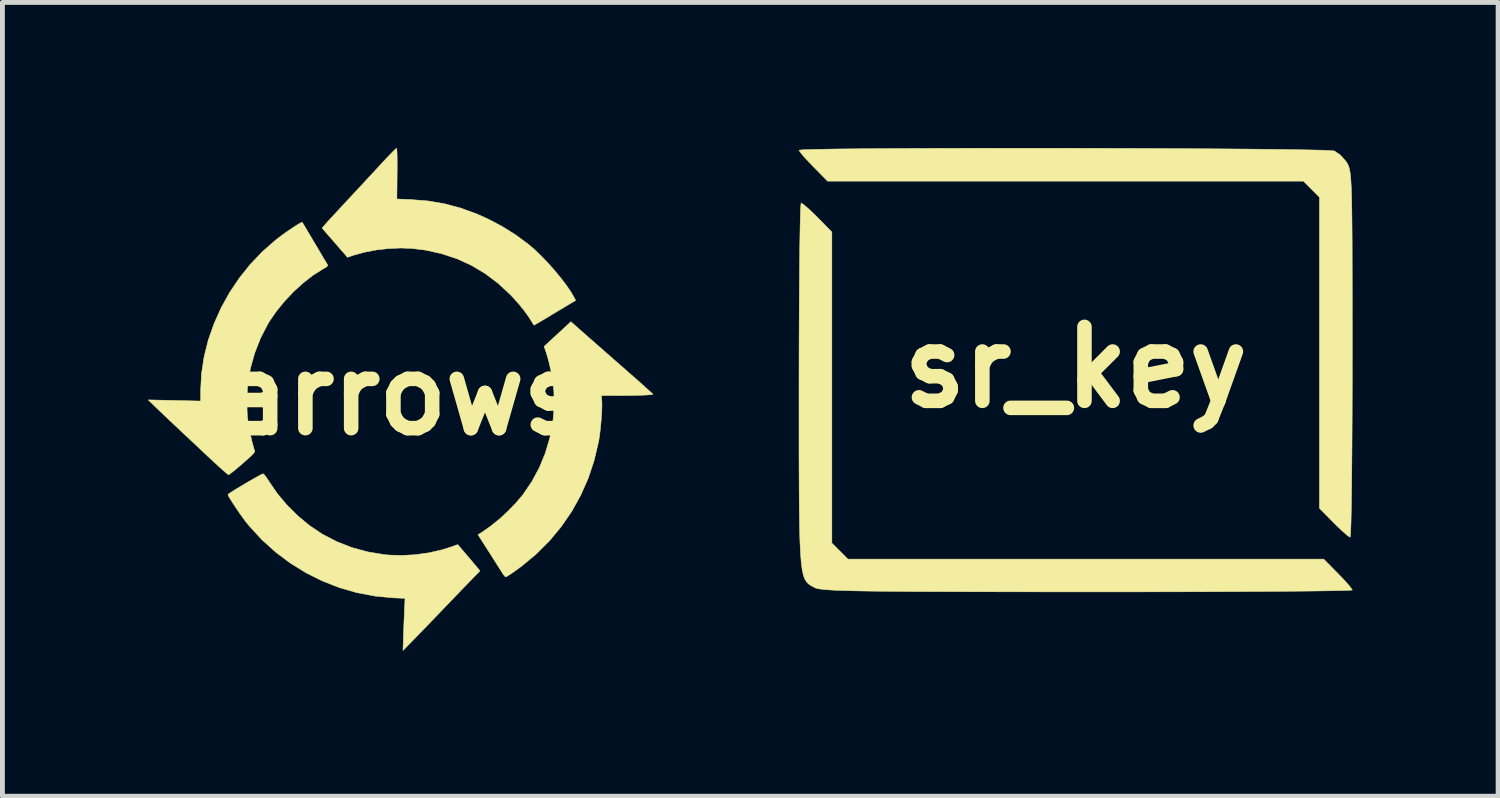
<source format=kicad_pcb>
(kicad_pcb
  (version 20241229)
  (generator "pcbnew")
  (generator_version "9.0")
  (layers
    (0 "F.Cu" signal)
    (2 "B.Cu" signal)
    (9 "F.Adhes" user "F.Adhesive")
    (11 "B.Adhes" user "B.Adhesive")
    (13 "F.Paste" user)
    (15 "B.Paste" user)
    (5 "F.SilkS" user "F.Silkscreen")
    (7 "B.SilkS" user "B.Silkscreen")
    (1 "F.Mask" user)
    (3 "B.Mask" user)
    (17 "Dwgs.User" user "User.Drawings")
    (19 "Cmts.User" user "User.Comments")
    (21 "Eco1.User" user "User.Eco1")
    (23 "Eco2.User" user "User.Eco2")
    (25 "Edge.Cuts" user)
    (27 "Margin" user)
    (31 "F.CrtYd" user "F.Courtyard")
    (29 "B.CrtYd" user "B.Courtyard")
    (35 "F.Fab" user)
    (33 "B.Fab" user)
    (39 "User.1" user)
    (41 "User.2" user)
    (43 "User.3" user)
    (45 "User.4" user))
  (footprint "arrows"
    (layer "F.Cu")
    (at 5.239 5.084)
    (property "Reference" "arrows" (at 0 0 0) (layer "F.SilkS") (effects (font (size 1.524 1.524) (thickness 0.3))))
    (attr through_hole)
    (fp_poly (pts (xy -2.85 1.642) (xy -2.818 1.679) (xy -2.779 1.735) (xy -2.749 1.782) (xy -2.576 2.035) (xy -2.375 2.275) (xy -2.15 2.498) (xy -1.909 2.698) (xy -1.657 2.867) (xy -1.642 2.876) (xy -1.345 3.03) (xy -1.035 3.151) (xy -0.711 3.239) (xy -0.372 3.295) (xy -0.276 3.304) (xy -0.01 3.313) (xy 0.269 3.297) (xy 0.551 3.258) (xy 0.822 3.196) (xy 1.002 3.139) (xy 1.144 3.089) (xy 1.24 3.2) (xy 1.294 3.263) (xy 1.36 3.341) (xy 1.43 3.424) (xy 1.469 3.471) (xy 1.602 3.63) (xy 1.431 3.806) (xy 1.376 3.863) (xy 1.301 3.941) (xy 1.209 4.036) (xy 1.106 4.143) (xy 0.996 4.257) (xy 0.884 4.374) (xy 0.825 4.436) (xy 0.713 4.553) (xy 0.599 4.67) (xy 0.49 4.784) (xy 0.388 4.889) (xy 0.3 4.98) (xy 0.23 5.052) (xy 0.203 5.08) (xy 0.016 5.271) (xy 0.026 4.944) (xy 0.031 4.819) (xy 0.036 4.688) (xy 0.041 4.563) (xy 0.045 4.455) (xy 0.048 4.407) (xy 0.058 4.197) (xy -0.184 4.186) (xy -0.562 4.15) (xy -0.933 4.08) (xy -1.294 3.976) (xy -1.645 3.839) (xy -1.982 3.671) (xy -2.303 3.473) (xy -2.606 3.246) (xy -2.889 2.991) (xy -3.149 2.709) (xy -3.198 2.649) (xy -3.247 2.587) (xy -3.302 2.51) (xy -3.362 2.426) (xy -3.422 2.338) (xy -3.478 2.253) (xy -3.527 2.177) (xy -3.565 2.115) (xy -3.587 2.073) (xy -3.592 2.058) (xy -3.577 2.045) (xy -3.536 2.016) (xy -3.474 1.977) (xy -3.397 1.929) (xy -3.309 1.876) (xy -3.217 1.821) (xy -3.125 1.768) (xy -3.04 1.719) (xy -2.966 1.678) (xy -2.908 1.647) (xy -2.873 1.631) (xy -2.868 1.629) (xy -2.85 1.642)) (stroke (width 0.01) (type solid)) (fill yes) (layer "F.SilkS"))
    (fp_poly (pts (xy 3.91 -1.121) (xy 4.045 -1.003) (xy 4.195 -0.871) (xy 4.352 -0.733) (xy 4.508 -0.596) (xy 4.653 -0.469) (xy 4.759 -0.376) (xy 4.862 -0.286) (xy 4.955 -0.203) (xy 5.035 -0.131) (xy 5.099 -0.073) (xy 5.144 -0.032) (xy 5.165 -0.011) (xy 5.167 -0.009) (xy 5.142 -0.002) (xy 5.085 0.003) (xy 4.998 0.008) (xy 4.887 0.012) (xy 4.753 0.015) (xy 4.602 0.017) (xy 4.515 0.017) (xy 4.104 0.018) (xy 4.113 0.122) (xy 4.116 0.199) (xy 4.114 0.304) (xy 4.107 0.427) (xy 4.097 0.561) (xy 4.084 0.696) (xy 4.069 0.825) (xy 4.052 0.939) (xy 4.045 0.973) (xy 3.955 1.355) (xy 3.833 1.722) (xy 3.678 2.072) (xy 3.492 2.406) (xy 3.276 2.72) (xy 3.031 3.015) (xy 2.757 3.288) (xy 2.455 3.538) (xy 2.285 3.661) (xy 2.223 3.703) (xy 2.171 3.735) (xy 2.138 3.753) (xy 2.131 3.755) (xy 2.112 3.74) (xy 2.083 3.704) (xy 2.066 3.678) (xy 2.043 3.64) (xy 2.003 3.578) (xy 1.951 3.496) (xy 1.89 3.4) (xy 1.824 3.295) (xy 1.79 3.243) (xy 1.562 2.885) (xy 1.666 2.819) (xy 1.831 2.702) (xy 2.004 2.562) (xy 2.175 2.405) (xy 2.334 2.241) (xy 2.473 2.078) (xy 2.495 2.05) (xy 2.673 1.787) (xy 2.825 1.504) (xy 2.948 1.206) (xy 3.04 0.897) (xy 3.102 0.581) (xy 3.131 0.263) (xy 3.126 -0.051) (xy 3.123 -0.093) (xy 3.101 -0.284) (xy 3.067 -0.481) (xy 3.024 -0.672) (xy 2.976 -0.842) (xy 2.967 -0.868) (xy 2.924 -0.995) (xy 3.117 -1.173) (xy 3.195 -1.245) (xy 3.271 -1.315) (xy 3.337 -1.376) (xy 3.386 -1.421) (xy 3.393 -1.428) (xy 3.476 -1.504) (xy 3.91 -1.121)) (stroke (width 0.01) (type solid)) (fill yes) (layer "F.SilkS"))
    (fp_poly (pts (xy -0.112 -5.061) (xy -0.108 -5.008) (xy -0.105 -4.921) (xy -0.104 -4.8) (xy -0.104 -4.646) (xy -0.105 -4.557) (xy -0.11 -4.033) (xy 0.167 -4.022) (xy 0.524 -3.994) (xy 0.867 -3.936) (xy 1.203 -3.847) (xy 1.537 -3.725) (xy 1.773 -3.619) (xy 2.055 -3.47) (xy 2.329 -3.299) (xy 2.581 -3.115) (xy 2.603 -3.097) (xy 2.732 -2.986) (xy 2.868 -2.856) (xy 3.005 -2.712) (xy 3.14 -2.561) (xy 3.265 -2.409) (xy 3.378 -2.262) (xy 3.472 -2.125) (xy 3.543 -2.004) (xy 3.544 -2.002) (xy 3.574 -1.944) (xy 3.149 -1.689) (xy 3.038 -1.622) (xy 2.937 -1.561) (xy 2.85 -1.51) (xy 2.782 -1.47) (xy 2.737 -1.443) (xy 2.718 -1.433) (xy 2.718 -1.433) (xy 2.705 -1.448) (xy 2.682 -1.484) (xy 2.669 -1.506) (xy 2.607 -1.604) (xy 2.525 -1.718) (xy 2.427 -1.841) (xy 2.321 -1.963) (xy 2.233 -2.057) (xy 1.981 -2.292) (xy 1.712 -2.495) (xy 1.427 -2.665) (xy 1.127 -2.802) (xy 0.81 -2.907) (xy 0.477 -2.98) (xy 0.204 -3.014) (xy -0.031 -3.023) (xy -0.281 -3.012) (xy -0.534 -2.983) (xy -0.779 -2.936) (xy -1.003 -2.874) (xy -1.026 -2.866) (xy -1.127 -2.831) (xy -1.178 -2.89) (xy -1.206 -2.923) (xy -1.254 -2.977) (xy -1.315 -3.047) (xy -1.384 -3.127) (xy -1.44 -3.191) (xy -1.651 -3.433) (xy -1.601 -3.493) (xy -1.577 -3.52) (xy -1.532 -3.571) (xy -1.468 -3.64) (xy -1.389 -3.726) (xy -1.299 -3.823) (xy -1.2 -3.93) (xy -1.123 -4.013) (xy -1.006 -4.138) (xy -0.883 -4.271) (xy -0.758 -4.405) (xy -0.639 -4.533) (xy -0.531 -4.65) (xy -0.44 -4.748) (xy -0.416 -4.775) (xy -0.335 -4.862) (xy -0.261 -4.939) (xy -0.199 -5.003) (xy -0.152 -5.049) (xy -0.124 -5.075) (xy -0.118 -5.079) (xy -0.112 -5.061)) (stroke (width 0.01) (type solid)) (fill yes) (layer "F.SilkS"))
    (fp_poly (pts (xy -2.061 -3.554) (xy -2.051 -3.537) (xy -2.024 -3.493) (xy -1.984 -3.426) (xy -1.934 -3.341) (xy -1.874 -3.241) (xy -1.814 -3.139) (xy -1.747 -3.027) (xy -1.686 -2.924) (xy -1.633 -2.834) (xy -1.59 -2.762) (xy -1.56 -2.713) (xy -1.547 -2.692) (xy -1.537 -2.671) (xy -1.54 -2.653) (xy -1.562 -2.633) (xy -1.608 -2.605) (xy -1.64 -2.587) (xy -1.839 -2.461) (xy -2.04 -2.305) (xy -2.237 -2.125) (xy -2.422 -1.93) (xy -2.591 -1.723) (xy -2.736 -1.513) (xy -2.767 -1.461) (xy -2.919 -1.168) (xy -3.039 -0.862) (xy -3.128 -0.545) (xy -3.183 -0.221) (xy -3.205 0.104) (xy -3.193 0.429) (xy -3.164 0.653) (xy -3.149 0.732) (xy -3.129 0.826) (xy -3.105 0.925) (xy -3.082 1.019) (xy -3.06 1.099) (xy -3.042 1.155) (xy -3.039 1.163) (xy -3.043 1.181) (xy -3.067 1.212) (xy -3.111 1.258) (xy -3.18 1.321) (xy -3.274 1.404) (xy -3.294 1.422) (xy -3.377 1.493) (xy -3.452 1.555) (xy -3.514 1.604) (xy -3.558 1.637) (xy -3.58 1.65) (xy -3.58 1.65) (xy -3.598 1.638) (xy -3.639 1.603) (xy -3.7 1.55) (xy -3.777 1.481) (xy -3.867 1.398) (xy -3.967 1.306) (xy -4.028 1.249) (xy -4.208 1.079) (xy -4.364 0.933) (xy -4.499 0.806) (xy -4.613 0.699) (xy -4.71 0.608) (xy -4.792 0.531) (xy -4.86 0.466) (xy -4.918 0.411) (xy -4.967 0.364) (xy -5.01 0.324) (xy -5.049 0.286) (xy -5.086 0.251) (xy -5.088 0.249) (xy -5.234 0.107) (xy -4.694 0.119) (xy -4.155 0.131) (xy -4.154 -0.093) (xy -4.136 -0.437) (xy -4.083 -0.781) (xy -3.998 -1.123) (xy -3.88 -1.459) (xy -3.734 -1.787) (xy -3.559 -2.103) (xy -3.357 -2.404) (xy -3.13 -2.687) (xy -2.88 -2.949) (xy -2.608 -3.188) (xy -2.522 -3.254) (xy -2.445 -3.311) (xy -2.362 -3.37) (xy -2.279 -3.426) (xy -2.203 -3.476) (xy -2.138 -3.516) (xy -2.09 -3.543) (xy -2.064 -3.554) (xy -2.061 -3.554)) (stroke (width 0.01) (type solid)) (fill yes) (layer "F.SilkS")))
  (footprint "sr_key"
    (layer "F.Cu")
    (at 19.117 4.521)
    (property "Reference" "sr_key" (at 0 0 0) (layer "F.SilkS") (effects (font (size 1.524 1.524) (thickness 0.3))))
    (attr through_hole)
    (fp_poly (pts (xy -5.598 -3.349) (xy -5.485 -3.25) (xy -5.339 -3.11) (xy -5.318 -3.089) (xy -5.024 -2.79) (xy -5.024 3.621) (xy -4.694 3.951) (xy 5.112 3.951) (xy 5.406 4.249) (xy 5.549 4.398) (xy 5.653 4.518) (xy 5.7 4.584) (xy 5.701 4.588) (xy 5.646 4.594) (xy 5.485 4.599) (xy 5.227 4.604) (xy 4.88 4.609) (xy 4.45 4.613) (xy 3.945 4.617) (xy 3.374 4.62) (xy 2.744 4.623) (xy 2.062 4.625) (xy 1.337 4.626) (xy 0.575 4.626) (xy 0.24 4.626) (xy -0.681 4.626) (xy -1.496 4.625) (xy -2.21 4.623) (xy -2.832 4.621) (xy -3.367 4.619) (xy -3.821 4.615) (xy -4.203 4.611) (xy -4.517 4.606) (xy -4.77 4.599) (xy -4.97 4.592) (xy -5.122 4.583) (xy -5.233 4.572) (xy -5.31 4.561) (xy -5.359 4.547) (xy -5.376 4.54) (xy -5.438 4.506) (xy -5.492 4.473) (xy -5.538 4.43) (xy -5.577 4.372) (xy -5.609 4.29) (xy -5.635 4.174) (xy -5.655 4.019) (xy -5.671 3.815) (xy -5.683 3.554) (xy -5.691 3.229) (xy -5.696 2.831) (xy -5.699 2.352) (xy -5.701 1.784) (xy -5.701 1.119) (xy -5.701 0.37) (xy -5.7 -0.27) (xy -5.698 -0.876) (xy -5.695 -1.437) (xy -5.691 -1.946) (xy -5.687 -2.393) (xy -5.681 -2.769) (xy -5.675 -3.063) (xy -5.668 -3.268) (xy -5.66 -3.374) (xy -5.657 -3.387) (xy -5.598 -3.349)) (stroke (width 0.01) (type solid)) (fill yes) (layer "F.SilkS"))
    (fp_poly (pts (xy -0.258 -4.516) (xy 0.424 -4.514) (xy 1.098 -4.513) (xy 1.754 -4.51) (xy 2.384 -4.507) (xy 2.977 -4.503) (xy 3.525 -4.499) (xy 4.017 -4.494) (xy 4.445 -4.488) (xy 4.8 -4.482) (xy 5.072 -4.476) (xy 5.252 -4.468) (xy 5.33 -4.461) (xy 5.33 -4.461) (xy 5.457 -4.375) (xy 5.575 -4.24) (xy 5.588 -4.221) (xy 5.61 -4.181) (xy 5.629 -4.136) (xy 5.645 -4.076) (xy 5.659 -3.993) (xy 5.67 -3.879) (xy 5.679 -3.726) (xy 5.686 -3.524) (xy 5.691 -3.266) (xy 5.695 -2.944) (xy 5.698 -2.548) (xy 5.699 -2.072) (xy 5.7 -1.505) (xy 5.701 -0.84) (xy 5.701 -0.268) (xy 5.7 0.373) (xy 5.698 0.979) (xy 5.695 1.542) (xy 5.691 2.052) (xy 5.687 2.5) (xy 5.681 2.877) (xy 5.675 3.173) (xy 5.668 3.379) (xy 5.66 3.486) (xy 5.657 3.5) (xy 5.598 3.462) (xy 5.485 3.363) (xy 5.339 3.223) (xy 5.318 3.201) (xy 5.024 2.903) (xy 5.024 -3.508) (xy 4.859 -3.673) (xy 4.694 -3.838) (xy -5.112 -3.838) (xy -5.406 -4.136) (xy -5.549 -4.286) (xy -5.653 -4.405) (xy -5.7 -4.471) (xy -5.701 -4.475) (xy -5.646 -4.483) (xy -5.488 -4.489) (xy -5.235 -4.495) (xy -4.897 -4.501) (xy -4.484 -4.505) (xy -4.005 -4.509) (xy -3.468 -4.512) (xy -2.884 -4.514) (xy -2.262 -4.515) (xy -1.61 -4.516) (xy -0.939 -4.516) (xy -0.258 -4.516)) (stroke (width 0.01) (type solid)) (fill yes) (layer "F.SilkS")))
  (gr_rect
    (start -3 -3)
    (end 27.823 13.359)
    (stroke (width 0.1) (type default))
    (fill no)
    (layer "Edge.Cuts")))
</source>
